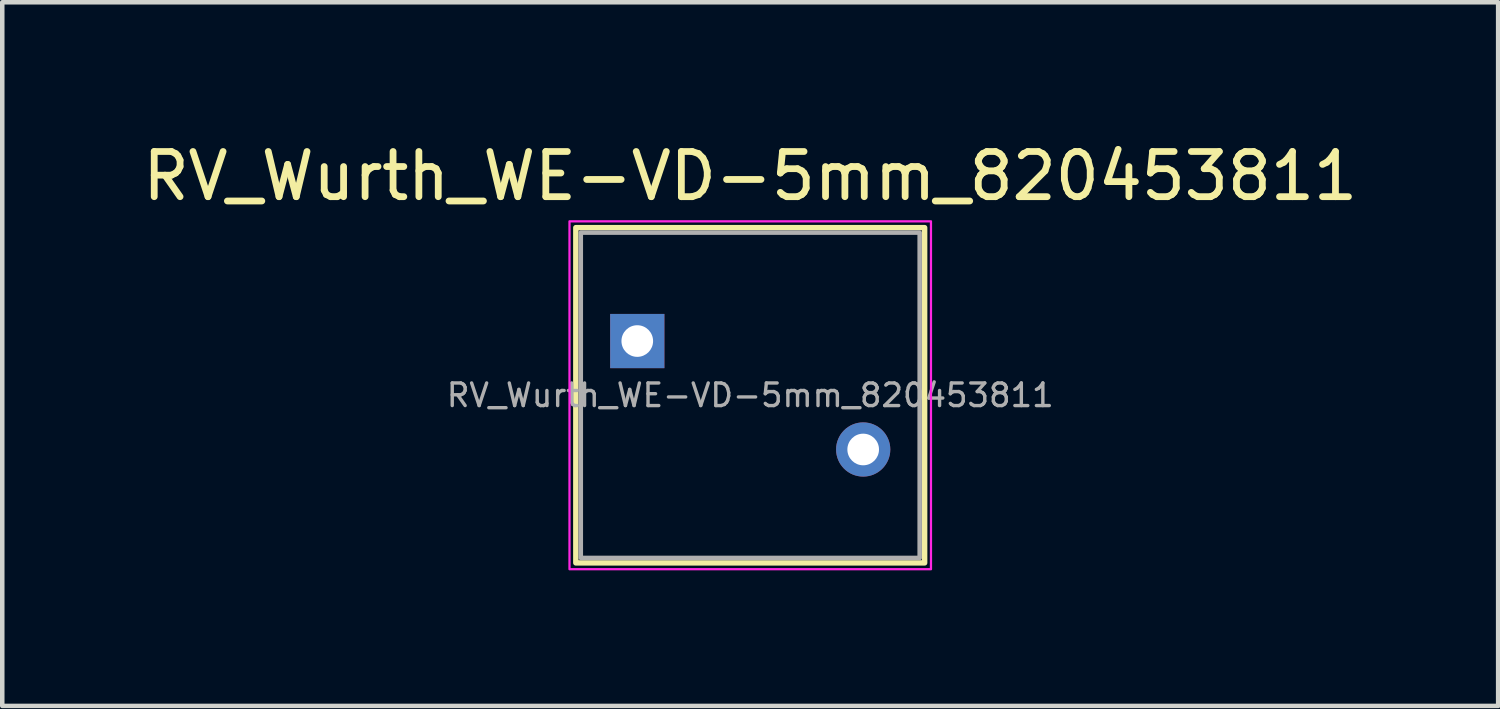
<source format=kicad_pcb>
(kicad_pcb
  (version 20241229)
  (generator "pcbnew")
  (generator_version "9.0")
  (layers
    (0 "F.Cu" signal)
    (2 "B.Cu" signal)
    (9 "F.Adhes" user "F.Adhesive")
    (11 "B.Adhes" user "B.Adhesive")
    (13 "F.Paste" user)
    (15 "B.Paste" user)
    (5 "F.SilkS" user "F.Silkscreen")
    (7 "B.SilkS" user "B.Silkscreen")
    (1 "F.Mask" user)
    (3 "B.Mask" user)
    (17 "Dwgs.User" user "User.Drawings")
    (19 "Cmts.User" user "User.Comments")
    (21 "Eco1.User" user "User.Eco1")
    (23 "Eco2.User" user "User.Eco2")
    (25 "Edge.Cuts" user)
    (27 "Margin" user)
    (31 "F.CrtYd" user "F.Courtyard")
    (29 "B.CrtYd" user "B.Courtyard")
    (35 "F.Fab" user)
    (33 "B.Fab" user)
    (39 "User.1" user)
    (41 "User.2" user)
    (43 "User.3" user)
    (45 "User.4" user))
  (footprint "RV_Wurth_WE-VD-5mm_820453811"
    (layer "F.Cu")
    (at 11.054 4.498)
    (property "Reference" "RV_Wurth_WE-VD-5mm_820453811" (at 2.5 -3.65 0) (unlocked yes) (layer "F.SilkS") (effects (font (size 1 1) (thickness 0.15))))
    (attr through_hole)
    (fp_rect (start -1.36 -2.51) (end 6.36 4.91) (stroke (width 0.12) (type solid)) (fill no) (layer "F.SilkS"))
    (fp_rect (start -1.5 -2.65) (end 6.5 5.05) (stroke (width 0.05) (type solid)) (fill no) (layer "F.CrtYd"))
    (fp_rect (start -1.25 -2.4) (end 6.25 4.8) (stroke (width 0.1) (type solid)) (fill no) (layer "F.Fab"))
    (fp_text user "${REFERENCE}" (at 2.5 1.2 0) (unlocked yes) (layer "F.Fab") (effects (font (size 0.5 0.5) (thickness 0.075))))
    (pad "1" thru_hole rect (at 0 0) (size 1.2 1.2) (drill 0.7) (layers "*.Cu" "*.Mask"))
    (pad "2" thru_hole circle (at 5 2.4) (size 1.2 1.2) (drill 0.7) (layers "*.Cu" "*.Mask")))
  (gr_rect
    (start -3 -3)
    (end 30.107 12.573)
    (stroke (width 0.1) (type default))
    (fill no)
    (layer "Edge.Cuts")))
</source>
